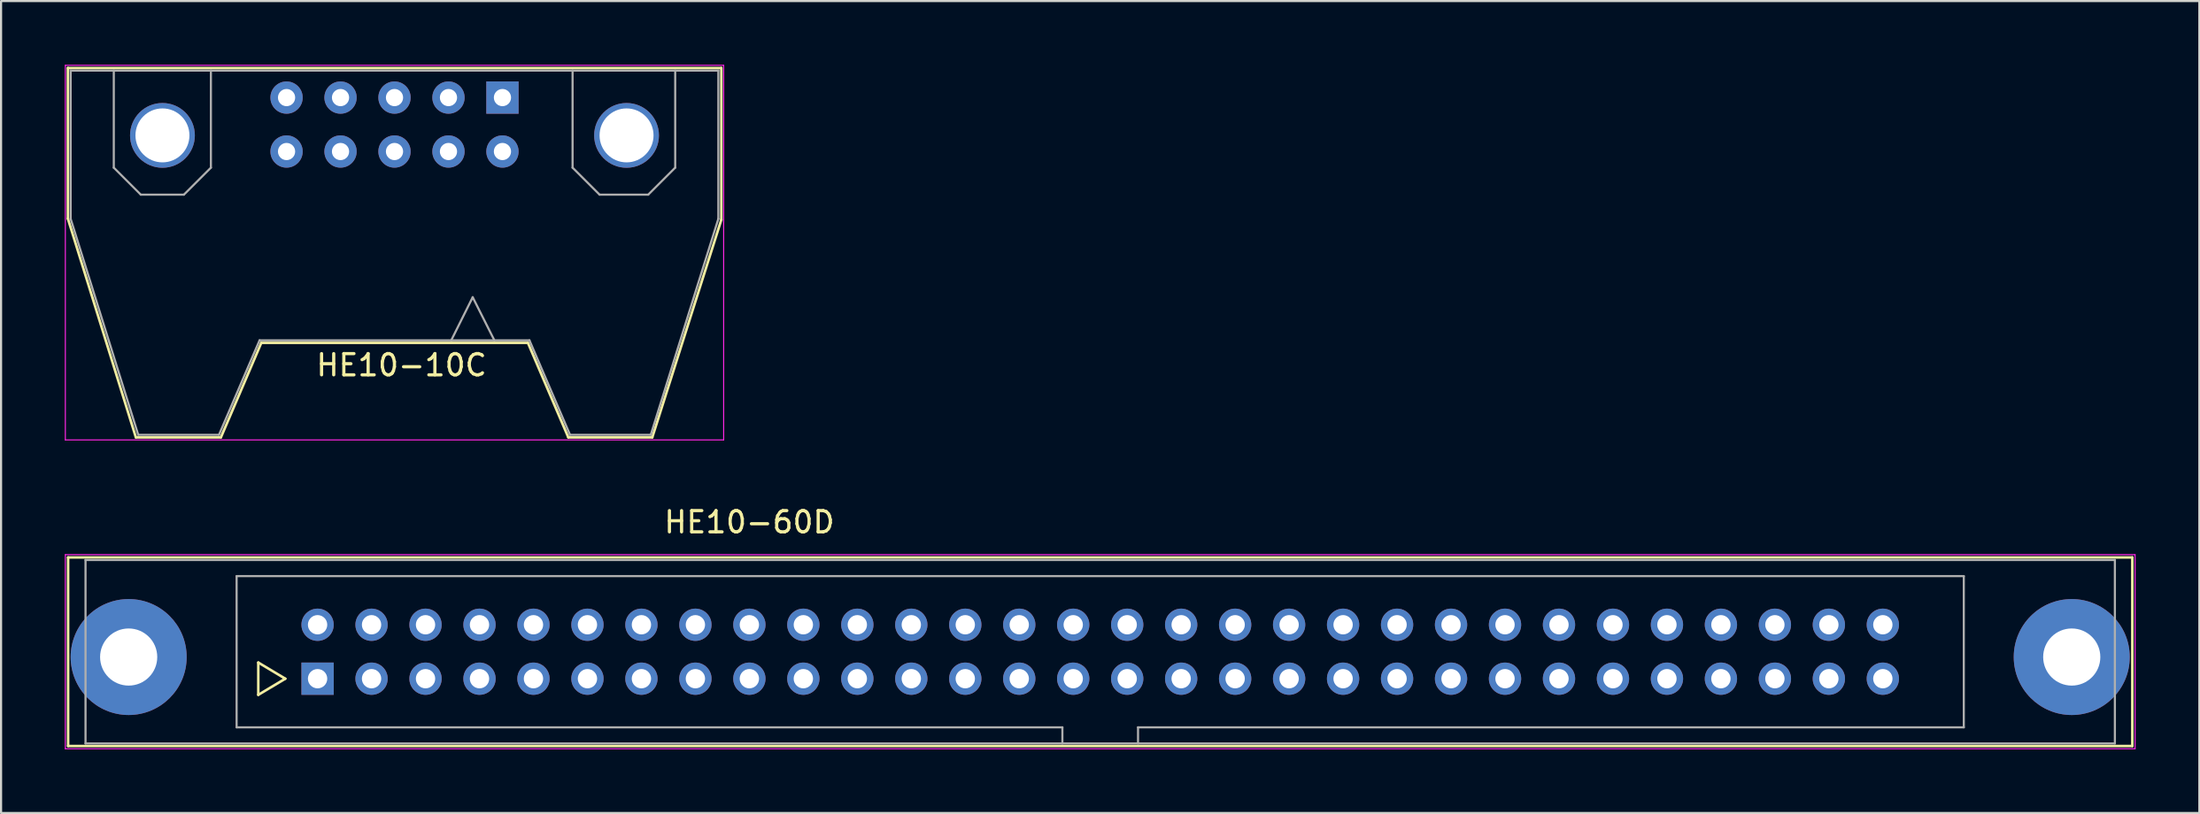
<source format=kicad_pcb>
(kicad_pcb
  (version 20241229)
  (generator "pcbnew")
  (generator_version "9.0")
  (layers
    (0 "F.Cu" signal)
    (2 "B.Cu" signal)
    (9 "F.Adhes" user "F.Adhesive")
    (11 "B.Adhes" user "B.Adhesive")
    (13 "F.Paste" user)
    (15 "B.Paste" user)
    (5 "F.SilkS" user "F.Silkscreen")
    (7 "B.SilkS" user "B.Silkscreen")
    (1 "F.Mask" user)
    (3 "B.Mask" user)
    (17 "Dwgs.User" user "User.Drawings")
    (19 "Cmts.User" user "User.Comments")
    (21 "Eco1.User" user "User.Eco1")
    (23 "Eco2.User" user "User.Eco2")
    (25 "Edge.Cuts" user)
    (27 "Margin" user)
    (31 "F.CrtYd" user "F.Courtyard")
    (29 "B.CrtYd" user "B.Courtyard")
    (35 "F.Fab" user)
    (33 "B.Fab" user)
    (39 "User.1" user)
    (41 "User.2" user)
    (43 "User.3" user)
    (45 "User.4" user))
  (footprint "HE10-10C"
    (layer "F.Cu")
    (at 20.595 1.545)
    (property "Reference" "HE10-10C" (at -4.75 12.6 180) (layer "F.SilkS") (effects (font (size 1 1) (thickness 0.15))))
    (attr through_hole)
    (fp_line (start -20.45 -1.4) (end -20.45 5.7) (stroke (width 0.12) (type solid)) (layer "F.SilkS"))
    (fp_line (start -20.45 5.7) (end -17.25 16) (stroke (width 0.12) (type solid)) (layer "F.SilkS"))
    (fp_line (start -20.44 -1.39) (end 10.28 -1.39) (stroke (width 0.12) (type solid)) (layer "F.SilkS"))
    (fp_line (start -17.25 16) (end -13.25 16) (stroke (width 0.12) (type solid)) (layer "F.SilkS"))
    (fp_line (start -13.25 16) (end -11.35 11.55) (stroke (width 0.12) (type solid)) (layer "F.SilkS"))
    (fp_line (start -11.35 11.55) (end 1.2 11.55) (stroke (width 0.12) (type solid)) (layer "F.SilkS"))
    (fp_line (start 1.2 11.55) (end 3.1 16) (stroke (width 0.12) (type solid)) (layer "F.SilkS"))
    (fp_line (start 3.1 16) (end 7.05 16) (stroke (width 0.12) (type solid)) (layer "F.SilkS"))
    (fp_line (start 7.05 16) (end 10.3 5.75) (stroke (width 0.12) (type solid)) (layer "F.SilkS"))
    (fp_line (start 10.3 5.75) (end 10.3 -1.4) (stroke (width 0.12) (type solid)) (layer "F.SilkS"))
    (fp_line (start -20.57 -1.52) (end -20.57 16.12) (stroke (width 0.05) (type solid)) (layer "F.CrtYd"))
    (fp_line (start -20.57 -1.52) (end 10.41 -1.52) (stroke (width 0.05) (type solid)) (layer "F.CrtYd"))
    (fp_line (start 10.41 16.12) (end -20.57 16.12) (stroke (width 0.05) (type solid)) (layer "F.CrtYd"))
    (fp_line (start 10.41 16.12) (end 10.41 -1.52) (stroke (width 0.05) (type solid)) (layer "F.CrtYd"))
    (fp_line (start -20.32 -1.27) (end -20.32 5.71) (stroke (width 0.1) (type solid)) (layer "F.Fab"))
    (fp_line (start -20.32 5.71) (end -17.14 15.88) (stroke (width 0.1) (type solid)) (layer "F.Fab"))
    (fp_line (start -18.29 3.3) (end -18.29 -1.27) (stroke (width 0.1) (type solid)) (layer "F.Fab"))
    (fp_line (start -17.14 15.88) (end -13.34 15.88) (stroke (width 0.1) (type solid)) (layer "F.Fab"))
    (fp_line (start -17.02 4.57) (end -18.29 3.3) (stroke (width 0.1) (type solid)) (layer "F.Fab"))
    (fp_line (start -14.99 4.57) (end -17.02 4.57) (stroke (width 0.1) (type solid)) (layer "F.Fab"))
    (fp_line (start -13.72 -1.27) (end -13.72 3.3) (stroke (width 0.1) (type solid)) (layer "F.Fab"))
    (fp_line (start -13.72 3.3) (end -14.99 4.57) (stroke (width 0.1) (type solid)) (layer "F.Fab"))
    (fp_line (start -13.34 15.88) (end -11.43 11.43) (stroke (width 0.1) (type solid)) (layer "F.Fab"))
    (fp_line (start -11.43 11.43) (end 1.27 11.43) (stroke (width 0.1) (type solid)) (layer "F.Fab"))
    (fp_line (start -1.4 9.4) (end -2.41 11.43) (stroke (width 0.1) (type solid)) (layer "F.Fab"))
    (fp_line (start -0.38 11.43) (end -1.4 9.4) (stroke (width 0.1) (type solid)) (layer "F.Fab"))
    (fp_line (start 3.18 15.88) (end 1.27 11.43) (stroke (width 0.1) (type solid)) (layer "F.Fab"))
    (fp_line (start 3.3 3.3) (end 3.3 -1.27) (stroke (width 0.1) (type solid)) (layer "F.Fab"))
    (fp_line (start 4.57 4.57) (end 3.3 3.3) (stroke (width 0.1) (type solid)) (layer "F.Fab"))
    (fp_line (start 6.86 4.57) (end 4.57 4.57) (stroke (width 0.1) (type solid)) (layer "F.Fab"))
    (fp_line (start 6.98 15.88) (end 3.18 15.88) (stroke (width 0.1) (type solid)) (layer "F.Fab"))
    (fp_line (start 8.13 -1.27) (end 8.13 3.3) (stroke (width 0.1) (type solid)) (layer "F.Fab"))
    (fp_line (start 8.13 3.3) (end 6.86 4.57) (stroke (width 0.1) (type solid)) (layer "F.Fab"))
    (fp_line (start 10.16 -1.27) (end -20.32 -1.27) (stroke (width 0.1) (type solid)) (layer "F.Fab"))
    (fp_line (start 10.16 -1.27) (end 10.16 5.71) (stroke (width 0.1) (type solid)) (layer "F.Fab"))
    (fp_line (start 10.16 5.71) (end 6.98 15.88) (stroke (width 0.1) (type solid)) (layer "F.Fab"))
    (pad "0" thru_hole circle (at -16 1.78) (size 3.05 3.05) (drill 2.54) (layers "*.Cu" "*.Mask"))
    (pad "0" thru_hole circle (at 5.84 1.78) (size 3.05 3.05) (drill 2.54) (layers "*.Cu" "*.Mask"))
    (pad "1" thru_hole rect (at 0 0) (size 1.52 1.52) (drill 0.81) (layers "*.Cu" "*.Mask"))
    (pad "2" thru_hole circle (at 0 2.54) (size 1.52 1.52) (drill 0.81) (layers "*.Cu" "*.Mask"))
    (pad "3" thru_hole circle (at -2.54 0) (size 1.52 1.52) (drill 0.81) (layers "*.Cu" "*.Mask"))
    (pad "4" thru_hole circle (at -2.54 2.54) (size 1.52 1.52) (drill 0.81) (layers "*.Cu" "*.Mask"))
    (pad "5" thru_hole circle (at -5.08 0) (size 1.52 1.52) (drill 0.81) (layers "*.Cu" "*.Mask"))
    (pad "6" thru_hole circle (at -5.08 2.54) (size 1.52 1.52) (drill 0.81) (layers "*.Cu" "*.Mask"))
    (pad "7" thru_hole circle (at -7.62 0) (size 1.52 1.52) (drill 0.81) (layers "*.Cu" "*.Mask"))
    (pad "8" thru_hole circle (at -7.62 2.54) (size 1.52 1.52) (drill 0.81) (layers "*.Cu" "*.Mask"))
    (pad "9" thru_hole circle (at -10.16 0) (size 1.52 1.52) (drill 0.81) (layers "*.Cu" "*.Mask"))
    (pad "10" thru_hole circle (at -10.16 2.54) (size 1.52 1.52) (drill 0.81) (layers "*.Cu" "*.Mask")))
  (footprint "HE10-60D"
    (layer "F.Cu")
    (at 11.895 28.908)
    (property "Reference" "HE10-60D" (at 20.32 -7.37 0) (layer "F.SilkS") (effects (font (size 1 1) (thickness 0.15))))
    (attr through_hole)
    (fp_line (start -11.74 -5.71) (end -11.74 3.17) (stroke (width 0.12) (type solid)) (layer "F.SilkS"))
    (fp_line (start -11.74 -5.71) (end 85.4 -5.71) (stroke (width 0.12) (type solid)) (layer "F.SilkS"))
    (fp_line (start -2.79 -0.76) (end -2.79 0.76) (stroke (width 0.12) (type solid)) (layer "F.SilkS"))
    (fp_line (start -2.79 0.76) (end -1.52 0) (stroke (width 0.12) (type solid)) (layer "F.SilkS"))
    (fp_line (start -1.52 0) (end -2.79 -0.76) (stroke (width 0.12) (type solid)) (layer "F.SilkS"))
    (fp_line (start 85.4 3.17) (end -11.74 3.17) (stroke (width 0.12) (type solid)) (layer "F.SilkS"))
    (fp_line (start 85.4 3.17) (end 85.4 -5.71) (stroke (width 0.12) (type solid)) (layer "F.SilkS"))
    (fp_line (start -11.87 -5.84) (end -11.87 3.3) (stroke (width 0.05) (type solid)) (layer "F.CrtYd"))
    (fp_line (start -11.87 -5.84) (end 85.53 -5.84) (stroke (width 0.05) (type solid)) (layer "F.CrtYd"))
    (fp_line (start 85.53 3.3) (end -11.87 3.3) (stroke (width 0.05) (type solid)) (layer "F.CrtYd"))
    (fp_line (start 85.53 3.3) (end 85.53 -5.84) (stroke (width 0.05) (type solid)) (layer "F.CrtYd"))
    (fp_line (start -10.92 -5.59) (end -10.92 3.05) (stroke (width 0.1) (type solid)) (layer "F.Fab"))
    (fp_line (start -10.92 3.05) (end 84.58 3.05) (stroke (width 0.1) (type solid)) (layer "F.Fab"))
    (fp_line (start -3.81 -4.83) (end 77.47 -4.83) (stroke (width 0.1) (type solid)) (layer "F.Fab"))
    (fp_line (start -3.81 2.29) (end -3.81 -4.83) (stroke (width 0.1) (type solid)) (layer "F.Fab"))
    (fp_line (start 35.05 2.29) (end -3.81 2.29) (stroke (width 0.1) (type solid)) (layer "F.Fab"))
    (fp_line (start 35.05 3.05) (end 35.05 2.29) (stroke (width 0.1) (type solid)) (layer "F.Fab"))
    (fp_line (start 38.61 2.29) (end 38.61 3.05) (stroke (width 0.1) (type solid)) (layer "F.Fab"))
    (fp_line (start 77.47 -4.83) (end 77.47 2.29) (stroke (width 0.1) (type solid)) (layer "F.Fab"))
    (fp_line (start 77.47 2.29) (end 38.61 2.29) (stroke (width 0.1) (type solid)) (layer "F.Fab"))
    (fp_line (start 84.58 -5.59) (end -10.92 -5.59) (stroke (width 0.1) (type solid)) (layer "F.Fab"))
    (fp_line (start 84.58 3.05) (end 84.58 -5.59) (stroke (width 0.1) (type solid)) (layer "F.Fab"))
    (pad "" thru_hole circle (at -8.89 -1.02) (size 5.46 5.46) (drill 2.69) (layers "*.Cu" "*.Mask"))
    (pad "" thru_hole circle (at 82.55 -1.02) (size 5.46 5.46) (drill 2.69) (layers "*.Cu" "*.Mask"))
    (pad "1" thru_hole rect (at 0 0) (size 1.52 1.52) (drill 0.91) (layers "*.Cu" "*.Mask"))
    (pad "2" thru_hole circle (at 0 -2.54) (size 1.52 1.52) (drill 0.91) (layers "*.Cu" "*.Mask"))
    (pad "3" thru_hole circle (at 2.54 0) (size 1.52 1.52) (drill 0.91) (layers "*.Cu" "*.Mask"))
    (pad "4" thru_hole circle (at 2.54 -2.54) (size 1.52 1.52) (drill 0.91) (layers "*.Cu" "*.Mask"))
    (pad "5" thru_hole circle (at 5.08 0) (size 1.52 1.52) (drill 0.91) (layers "*.Cu" "*.Mask"))
    (pad "6" thru_hole circle (at 5.08 -2.54) (size 1.52 1.52) (drill 0.91) (layers "*.Cu" "*.Mask"))
    (pad "7" thru_hole circle (at 7.62 0) (size 1.52 1.52) (drill 0.91) (layers "*.Cu" "*.Mask"))
    (pad "8" thru_hole circle (at 7.62 -2.54) (size 1.52 1.52) (drill 0.91) (layers "*.Cu" "*.Mask"))
    (pad "9" thru_hole circle (at 10.16 0) (size 1.52 1.52) (drill 0.91) (layers "*.Cu" "*.Mask"))
    (pad "10" thru_hole circle (at 10.16 -2.54) (size 1.52 1.52) (drill 0.91) (layers "*.Cu" "*.Mask"))
    (pad "11" thru_hole circle (at 12.7 0) (size 1.52 1.52) (drill 0.91) (layers "*.Cu" "*.Mask"))
    (pad "12" thru_hole circle (at 12.7 -2.54) (size 1.52 1.52) (drill 0.91) (layers "*.Cu" "*.Mask"))
    (pad "13" thru_hole circle (at 15.24 0) (size 1.52 1.52) (drill 0.91) (layers "*.Cu" "*.Mask"))
    (pad "14" thru_hole circle (at 15.24 -2.54) (size 1.52 1.52) (drill 0.91) (layers "*.Cu" "*.Mask"))
    (pad "15" thru_hole circle (at 17.78 0) (size 1.52 1.52) (drill 0.91) (layers "*.Cu" "*.Mask"))
    (pad "16" thru_hole circle (at 17.78 -2.54) (size 1.52 1.52) (drill 0.91) (layers "*.Cu" "*.Mask"))
    (pad "17" thru_hole circle (at 20.32 0) (size 1.52 1.52) (drill 0.91) (layers "*.Cu" "*.Mask"))
    (pad "18" thru_hole circle (at 20.32 -2.54) (size 1.52 1.52) (drill 0.91) (layers "*.Cu" "*.Mask"))
    (pad "19" thru_hole circle (at 22.86 0) (size 1.52 1.52) (drill 0.91) (layers "*.Cu" "*.Mask"))
    (pad "20" thru_hole circle (at 22.86 -2.54) (size 1.52 1.52) (drill 0.91) (layers "*.Cu" "*.Mask"))
    (pad "21" thru_hole circle (at 25.4 0) (size 1.52 1.52) (drill 0.91) (layers "*.Cu" "*.Mask"))
    (pad "22" thru_hole circle (at 25.4 -2.54) (size 1.52 1.52) (drill 0.91) (layers "*.Cu" "*.Mask"))
    (pad "23" thru_hole circle (at 27.94 0) (size 1.52 1.52) (drill 0.91) (layers "*.Cu" "*.Mask"))
    (pad "24" thru_hole circle (at 27.94 -2.54) (size 1.52 1.52) (drill 0.91) (layers "*.Cu" "*.Mask"))
    (pad "25" thru_hole circle (at 30.48 0) (size 1.52 1.52) (drill 0.91) (layers "*.Cu" "*.Mask"))
    (pad "26" thru_hole circle (at 30.48 -2.54) (size 1.52 1.52) (drill 0.91) (layers "*.Cu" "*.Mask"))
    (pad "27" thru_hole circle (at 33.02 0) (size 1.52 1.52) (drill 0.91) (layers "*.Cu" "*.Mask"))
    (pad "28" thru_hole circle (at 33.02 -2.54) (size 1.52 1.52) (drill 0.91) (layers "*.Cu" "*.Mask"))
    (pad "29" thru_hole circle (at 35.56 0) (size 1.52 1.52) (drill 0.91) (layers "*.Cu" "*.Mask"))
    (pad "30" thru_hole circle (at 35.56 -2.54) (size 1.52 1.52) (drill 0.91) (layers "*.Cu" "*.Mask"))
    (pad "31" thru_hole circle (at 38.1 0) (size 1.52 1.52) (drill 0.91) (layers "*.Cu" "*.Mask"))
    (pad "32" thru_hole circle (at 38.1 -2.54) (size 1.52 1.52) (drill 0.91) (layers "*.Cu" "*.Mask"))
    (pad "33" thru_hole circle (at 40.64 0) (size 1.52 1.52) (drill 0.91) (layers "*.Cu" "*.Mask"))
    (pad "34" thru_hole circle (at 40.64 -2.54) (size 1.52 1.52) (drill 0.91) (layers "*.Cu" "*.Mask"))
    (pad "35" thru_hole circle (at 43.18 0) (size 1.52 1.52) (drill 0.91) (layers "*.Cu" "*.Mask"))
    (pad "36" thru_hole circle (at 43.18 -2.54) (size 1.52 1.52) (drill 0.91) (layers "*.Cu" "*.Mask"))
    (pad "37" thru_hole circle (at 45.72 0) (size 1.52 1.52) (drill 0.91) (layers "*.Cu" "*.Mask"))
    (pad "38" thru_hole circle (at 45.72 -2.54) (size 1.52 1.52) (drill 0.91) (layers "*.Cu" "*.Mask"))
    (pad "39" thru_hole circle (at 48.26 0) (size 1.52 1.52) (drill 0.91) (layers "*.Cu" "*.Mask"))
    (pad "40" thru_hole circle (at 48.26 -2.54) (size 1.52 1.52) (drill 0.91) (layers "*.Cu" "*.Mask"))
    (pad "41" thru_hole circle (at 50.8 0) (size 1.52 1.52) (drill 0.91) (layers "*.Cu" "*.Mask"))
    (pad "42" thru_hole circle (at 50.8 -2.54) (size 1.52 1.52) (drill 0.91) (layers "*.Cu" "*.Mask"))
    (pad "43" thru_hole circle (at 53.34 0) (size 1.52 1.52) (drill 0.91) (layers "*.Cu" "*.Mask"))
    (pad "44" thru_hole circle (at 53.34 -2.54) (size 1.52 1.52) (drill 0.91) (layers "*.Cu" "*.Mask"))
    (pad "45" thru_hole circle (at 55.88 0) (size 1.52 1.52) (drill 0.91) (layers "*.Cu" "*.Mask"))
    (pad "46" thru_hole circle (at 55.88 -2.54) (size 1.52 1.52) (drill 0.91) (layers "*.Cu" "*.Mask"))
    (pad "47" thru_hole circle (at 58.42 0) (size 1.52 1.52) (drill 0.91) (layers "*.Cu" "*.Mask"))
    (pad "48" thru_hole circle (at 58.42 -2.54) (size 1.52 1.52) (drill 0.91) (layers "*.Cu" "*.Mask"))
    (pad "49" thru_hole circle (at 60.96 0) (size 1.52 1.52) (drill 0.91) (layers "*.Cu" "*.Mask"))
    (pad "50" thru_hole circle (at 60.96 -2.54) (size 1.52 1.52) (drill 0.91) (layers "*.Cu" "*.Mask"))
    (pad "51" thru_hole circle (at 63.5 0) (size 1.52 1.52) (drill 0.91) (layers "*.Cu" "*.Mask"))
    (pad "52" thru_hole circle (at 63.5 -2.54) (size 1.52 1.52) (drill 0.91) (layers "*.Cu" "*.Mask"))
    (pad "53" thru_hole circle (at 66.04 0) (size 1.52 1.52) (drill 0.91) (layers "*.Cu" "*.Mask"))
    (pad "54" thru_hole circle (at 66.04 -2.54) (size 1.52 1.52) (drill 0.91) (layers "*.Cu" "*.Mask"))
    (pad "55" thru_hole circle (at 68.58 0) (size 1.52 1.52) (drill 0.91) (layers "*.Cu" "*.Mask"))
    (pad "56" thru_hole circle (at 68.58 -2.54) (size 1.52 1.52) (drill 0.91) (layers "*.Cu" "*.Mask"))
    (pad "57" thru_hole circle (at 71.12 0) (size 1.52 1.52) (drill 0.91) (layers "*.Cu" "*.Mask"))
    (pad "58" thru_hole circle (at 71.12 -2.54) (size 1.52 1.52) (drill 0.91) (layers "*.Cu" "*.Mask"))
    (pad "59" thru_hole circle (at 73.66 0) (size 1.52 1.52) (drill 0.91) (layers "*.Cu" "*.Mask"))
    (pad "60" thru_hole circle (at 73.66 -2.54) (size 1.52 1.52) (drill 0.91) (layers "*.Cu" "*.Mask")))
  (gr_rect
    (start -3 -3)
    (end 100.45 35.233)
    (stroke (width 0.1) (type default))
    (fill no)
    (layer "Edge.Cuts")))
</source>
